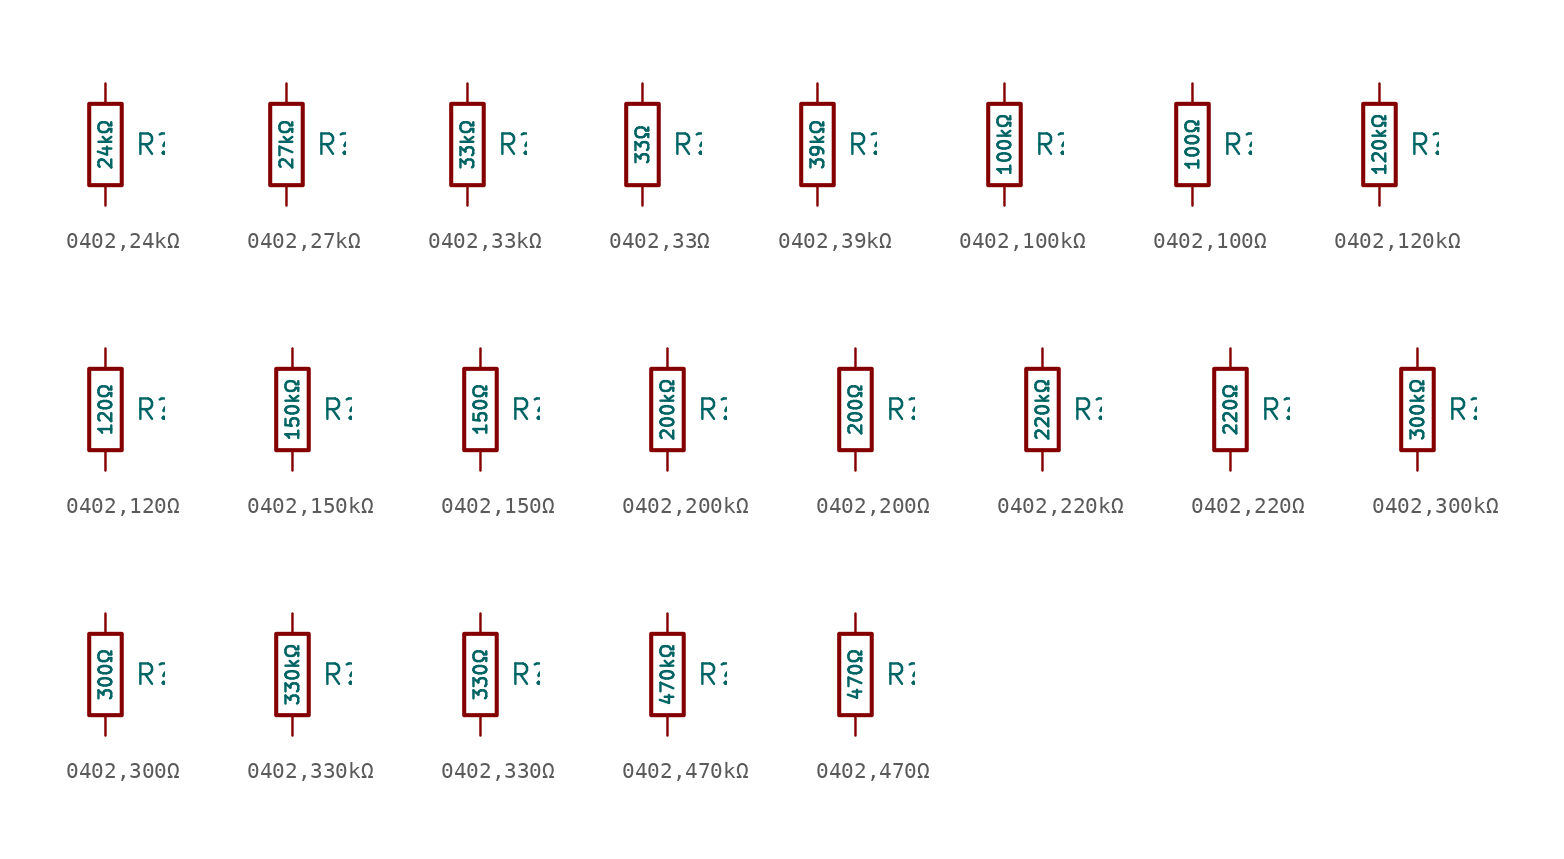
<source format=kicad_sym>
(kicad_symbol_lib
  (version 20231120)
  (generator "CDFER")
  (generator_version "8.0")
  (symbol "0402,24kΩ"
    (pin_numbers hide)
    (pin_names
      (offset 0))
    (property "Reference" "R"
      (at 1.778 0 0)
      (effects (font (size 1.27 1.27)) (justify left)))
    (property "Value" "24kΩ"
      (at 0 0 90)
      (do_not_autoplace)
      (effects (font (size 0.8 0.8))))
    (symbol "0402,24kΩ_0_1"
      (rectangle (start -1.016 2.54) (end 1.016 -2.54) (stroke (width 0.254) (type default)) (fill (type none))))
    (symbol "0402,24kΩ_1_1"
      (pin passive line (at 0 3.81 270) (length 1.27) (name "~" (effects (font (size 1.27 1.27)))) (number "1" (effects (font (size 1.27 1.27)))))
      (pin passive line (at 0 -3.81 90) (length 1.27) (name "~" (effects (font (size 1.27 1.27)))) (number "2" (effects (font (size 1.27 1.27)))))))
  (symbol "0402,27kΩ"
    (pin_numbers hide)
    (pin_names
      (offset 0))
    (property "Reference" "R"
      (at 1.778 0 0)
      (effects (font (size 1.27 1.27)) (justify left)))
    (property "Value" "27kΩ"
      (at 0 0 90)
      (do_not_autoplace)
      (effects (font (size 0.8 0.8))))
    (symbol "0402,27kΩ_0_1"
      (rectangle (start -1.016 2.54) (end 1.016 -2.54) (stroke (width 0.254) (type default)) (fill (type none))))
    (symbol "0402,27kΩ_1_1"
      (pin passive line (at 0 3.81 270) (length 1.27) (name "~" (effects (font (size 1.27 1.27)))) (number "1" (effects (font (size 1.27 1.27)))))
      (pin passive line (at 0 -3.81 90) (length 1.27) (name "~" (effects (font (size 1.27 1.27)))) (number "2" (effects (font (size 1.27 1.27)))))))
  (symbol "0402,33kΩ"
    (pin_numbers hide)
    (pin_names
      (offset 0))
    (property "Reference" "R"
      (at 1.778 0 0)
      (effects (font (size 1.27 1.27)) (justify left)))
    (property "Value" "33kΩ"
      (at 0 0 90)
      (do_not_autoplace)
      (effects (font (size 0.8 0.8))))
    (symbol "0402,33kΩ_0_1"
      (rectangle (start -1.016 2.54) (end 1.016 -2.54) (stroke (width 0.254) (type default)) (fill (type none))))
    (symbol "0402,33kΩ_1_1"
      (pin passive line (at 0 3.81 270) (length 1.27) (name "~" (effects (font (size 1.27 1.27)))) (number "1" (effects (font (size 1.27 1.27)))))
      (pin passive line (at 0 -3.81 90) (length 1.27) (name "~" (effects (font (size 1.27 1.27)))) (number "2" (effects (font (size 1.27 1.27)))))))
  (symbol "0402,33Ω"
    (pin_numbers hide)
    (pin_names
      (offset 0))
    (property "Reference" "R"
      (at 1.778 0 0)
      (effects (font (size 1.27 1.27)) (justify left)))
    (property "Value" "33Ω"
      (at 0 0 90)
      (do_not_autoplace)
      (effects (font (size 0.8 0.8))))
    (symbol "0402,33Ω_0_1"
      (rectangle (start -1.016 2.54) (end 1.016 -2.54) (stroke (width 0.254) (type default)) (fill (type none))))
    (symbol "0402,33Ω_1_1"
      (pin passive line (at 0 3.81 270) (length 1.27) (name "~" (effects (font (size 1.27 1.27)))) (number "1" (effects (font (size 1.27 1.27)))))
      (pin passive line (at 0 -3.81 90) (length 1.27) (name "~" (effects (font (size 1.27 1.27)))) (number "2" (effects (font (size 1.27 1.27)))))))
  (symbol "0402,39kΩ"
    (pin_numbers hide)
    (pin_names
      (offset 0))
    (property "Reference" "R"
      (at 1.778 0 0)
      (effects (font (size 1.27 1.27)) (justify left)))
    (property "Value" "39kΩ"
      (at 0 0 90)
      (do_not_autoplace)
      (effects (font (size 0.8 0.8))))
    (symbol "0402,39kΩ_0_1"
      (rectangle (start -1.016 2.54) (end 1.016 -2.54) (stroke (width 0.254) (type default)) (fill (type none))))
    (symbol "0402,39kΩ_1_1"
      (pin passive line (at 0 3.81 270) (length 1.27) (name "~" (effects (font (size 1.27 1.27)))) (number "1" (effects (font (size 1.27 1.27)))))
      (pin passive line (at 0 -3.81 90) (length 1.27) (name "~" (effects (font (size 1.27 1.27)))) (number "2" (effects (font (size 1.27 1.27)))))))
  (symbol "0402,100kΩ"
    (pin_numbers hide)
    (pin_names
      (offset 0))
    (property "Reference" "R"
      (at 1.778 0 0)
      (effects (font (size 1.27 1.27)) (justify left)))
    (property "Value" "100kΩ"
      (at 0 0 90)
      (do_not_autoplace)
      (effects (font (size 0.8 0.8))))
    (symbol "0402,100kΩ_0_1"
      (rectangle (start -1.016 2.54) (end 1.016 -2.54) (stroke (width 0.254) (type default)) (fill (type none))))
    (symbol "0402,100kΩ_1_1"
      (pin passive line (at 0 3.81 270) (length 1.27) (name "~" (effects (font (size 1.27 1.27)))) (number "1" (effects (font (size 1.27 1.27)))))
      (pin passive line (at 0 -3.81 90) (length 1.27) (name "~" (effects (font (size 1.27 1.27)))) (number "2" (effects (font (size 1.27 1.27)))))))
  (symbol "0402,100Ω"
    (pin_numbers hide)
    (pin_names
      (offset 0))
    (property "Reference" "R"
      (at 1.778 0 0)
      (effects (font (size 1.27 1.27)) (justify left)))
    (property "Value" "100Ω"
      (at 0 0 90)
      (do_not_autoplace)
      (effects (font (size 0.8 0.8))))
    (symbol "0402,100Ω_0_1"
      (rectangle (start -1.016 2.54) (end 1.016 -2.54) (stroke (width 0.254) (type default)) (fill (type none))))
    (symbol "0402,100Ω_1_1"
      (pin passive line (at 0 3.81 270) (length 1.27) (name "~" (effects (font (size 1.27 1.27)))) (number "1" (effects (font (size 1.27 1.27)))))
      (pin passive line (at 0 -3.81 90) (length 1.27) (name "~" (effects (font (size 1.27 1.27)))) (number "2" (effects (font (size 1.27 1.27)))))))
  (symbol "0402,120kΩ"
    (pin_numbers hide)
    (pin_names
      (offset 0))
    (property "Reference" "R"
      (at 1.778 0 0)
      (effects (font (size 1.27 1.27)) (justify left)))
    (property "Value" "120kΩ"
      (at 0 0 90)
      (do_not_autoplace)
      (effects (font (size 0.8 0.8))))
    (symbol "0402,120kΩ_0_1"
      (rectangle (start -1.016 2.54) (end 1.016 -2.54) (stroke (width 0.254) (type default)) (fill (type none))))
    (symbol "0402,120kΩ_1_1"
      (pin passive line (at 0 3.81 270) (length 1.27) (name "~" (effects (font (size 1.27 1.27)))) (number "1" (effects (font (size 1.27 1.27)))))
      (pin passive line (at 0 -3.81 90) (length 1.27) (name "~" (effects (font (size 1.27 1.27)))) (number "2" (effects (font (size 1.27 1.27)))))))
  (symbol "0402,120Ω"
    (pin_numbers hide)
    (pin_names
      (offset 0))
    (property "Reference" "R"
      (at 1.778 0 0)
      (effects (font (size 1.27 1.27)) (justify left)))
    (property "Value" "120Ω"
      (at 0 0 90)
      (do_not_autoplace)
      (effects (font (size 0.8 0.8))))
    (symbol "0402,120Ω_0_1"
      (rectangle (start -1.016 2.54) (end 1.016 -2.54) (stroke (width 0.254) (type default)) (fill (type none))))
    (symbol "0402,120Ω_1_1"
      (pin passive line (at 0 3.81 270) (length 1.27) (name "~" (effects (font (size 1.27 1.27)))) (number "1" (effects (font (size 1.27 1.27)))))
      (pin passive line (at 0 -3.81 90) (length 1.27) (name "~" (effects (font (size 1.27 1.27)))) (number "2" (effects (font (size 1.27 1.27)))))))
  (symbol "0402,150kΩ"
    (pin_numbers hide)
    (pin_names
      (offset 0))
    (property "Reference" "R"
      (at 1.778 0 0)
      (effects (font (size 1.27 1.27)) (justify left)))
    (property "Value" "150kΩ"
      (at 0 0 90)
      (do_not_autoplace)
      (effects (font (size 0.8 0.8))))
    (symbol "0402,150kΩ_0_1"
      (rectangle (start -1.016 2.54) (end 1.016 -2.54) (stroke (width 0.254) (type default)) (fill (type none))))
    (symbol "0402,150kΩ_1_1"
      (pin passive line (at 0 3.81 270) (length 1.27) (name "~" (effects (font (size 1.27 1.27)))) (number "1" (effects (font (size 1.27 1.27)))))
      (pin passive line (at 0 -3.81 90) (length 1.27) (name "~" (effects (font (size 1.27 1.27)))) (number "2" (effects (font (size 1.27 1.27)))))))
  (symbol "0402,150Ω"
    (pin_numbers hide)
    (pin_names
      (offset 0))
    (property "Reference" "R"
      (at 1.778 0 0)
      (effects (font (size 1.27 1.27)) (justify left)))
    (property "Value" "150Ω"
      (at 0 0 90)
      (do_not_autoplace)
      (effects (font (size 0.8 0.8))))
    (symbol "0402,150Ω_0_1"
      (rectangle (start -1.016 2.54) (end 1.016 -2.54) (stroke (width 0.254) (type default)) (fill (type none))))
    (symbol "0402,150Ω_1_1"
      (pin passive line (at 0 3.81 270) (length 1.27) (name "~" (effects (font (size 1.27 1.27)))) (number "1" (effects (font (size 1.27 1.27)))))
      (pin passive line (at 0 -3.81 90) (length 1.27) (name "~" (effects (font (size 1.27 1.27)))) (number "2" (effects (font (size 1.27 1.27)))))))
  (symbol "0402,200kΩ"
    (pin_numbers hide)
    (pin_names
      (offset 0))
    (property "Reference" "R"
      (at 1.778 0 0)
      (effects (font (size 1.27 1.27)) (justify left)))
    (property "Value" "200kΩ"
      (at 0 0 90)
      (do_not_autoplace)
      (effects (font (size 0.8 0.8))))
    (symbol "0402,200kΩ_0_1"
      (rectangle (start -1.016 2.54) (end 1.016 -2.54) (stroke (width 0.254) (type default)) (fill (type none))))
    (symbol "0402,200kΩ_1_1"
      (pin passive line (at 0 3.81 270) (length 1.27) (name "~" (effects (font (size 1.27 1.27)))) (number "1" (effects (font (size 1.27 1.27)))))
      (pin passive line (at 0 -3.81 90) (length 1.27) (name "~" (effects (font (size 1.27 1.27)))) (number "2" (effects (font (size 1.27 1.27)))))))
  (symbol "0402,200Ω"
    (pin_numbers hide)
    (pin_names
      (offset 0))
    (property "Reference" "R"
      (at 1.778 0 0)
      (effects (font (size 1.27 1.27)) (justify left)))
    (property "Value" "200Ω"
      (at 0 0 90)
      (do_not_autoplace)
      (effects (font (size 0.8 0.8))))
    (symbol "0402,200Ω_0_1"
      (rectangle (start -1.016 2.54) (end 1.016 -2.54) (stroke (width 0.254) (type default)) (fill (type none))))
    (symbol "0402,200Ω_1_1"
      (pin passive line (at 0 3.81 270) (length 1.27) (name "~" (effects (font (size 1.27 1.27)))) (number "1" (effects (font (size 1.27 1.27)))))
      (pin passive line (at 0 -3.81 90) (length 1.27) (name "~" (effects (font (size 1.27 1.27)))) (number "2" (effects (font (size 1.27 1.27)))))))
  (symbol "0402,220kΩ"
    (pin_numbers hide)
    (pin_names
      (offset 0))
    (property "Reference" "R"
      (at 1.778 0 0)
      (effects (font (size 1.27 1.27)) (justify left)))
    (property "Value" "220kΩ"
      (at 0 0 90)
      (do_not_autoplace)
      (effects (font (size 0.8 0.8))))
    (symbol "0402,220kΩ_0_1"
      (rectangle (start -1.016 2.54) (end 1.016 -2.54) (stroke (width 0.254) (type default)) (fill (type none))))
    (symbol "0402,220kΩ_1_1"
      (pin passive line (at 0 3.81 270) (length 1.27) (name "~" (effects (font (size 1.27 1.27)))) (number "1" (effects (font (size 1.27 1.27)))))
      (pin passive line (at 0 -3.81 90) (length 1.27) (name "~" (effects (font (size 1.27 1.27)))) (number "2" (effects (font (size 1.27 1.27)))))))
  (symbol "0402,220Ω"
    (pin_numbers hide)
    (pin_names
      (offset 0))
    (property "Reference" "R"
      (at 1.778 0 0)
      (effects (font (size 1.27 1.27)) (justify left)))
    (property "Value" "220Ω"
      (at 0 0 90)
      (do_not_autoplace)
      (effects (font (size 0.8 0.8))))
    (symbol "0402,220Ω_0_1"
      (rectangle (start -1.016 2.54) (end 1.016 -2.54) (stroke (width 0.254) (type default)) (fill (type none))))
    (symbol "0402,220Ω_1_1"
      (pin passive line (at 0 3.81 270) (length 1.27) (name "~" (effects (font (size 1.27 1.27)))) (number "1" (effects (font (size 1.27 1.27)))))
      (pin passive line (at 0 -3.81 90) (length 1.27) (name "~" (effects (font (size 1.27 1.27)))) (number "2" (effects (font (size 1.27 1.27)))))))
  (symbol "0402,300kΩ"
    (pin_numbers hide)
    (pin_names
      (offset 0))
    (property "Reference" "R"
      (at 1.778 0 0)
      (effects (font (size 1.27 1.27)) (justify left)))
    (property "Value" "300kΩ"
      (at 0 0 90)
      (do_not_autoplace)
      (effects (font (size 0.8 0.8))))
    (symbol "0402,300kΩ_0_1"
      (rectangle (start -1.016 2.54) (end 1.016 -2.54) (stroke (width 0.254) (type default)) (fill (type none))))
    (symbol "0402,300kΩ_1_1"
      (pin passive line (at 0 3.81 270) (length 1.27) (name "~" (effects (font (size 1.27 1.27)))) (number "1" (effects (font (size 1.27 1.27)))))
      (pin passive line (at 0 -3.81 90) (length 1.27) (name "~" (effects (font (size 1.27 1.27)))) (number "2" (effects (font (size 1.27 1.27)))))))
  (symbol "0402,300Ω"
    (pin_numbers hide)
    (pin_names
      (offset 0))
    (property "Reference" "R"
      (at 1.778 0 0)
      (effects (font (size 1.27 1.27)) (justify left)))
    (property "Value" "300Ω"
      (at 0 0 90)
      (do_not_autoplace)
      (effects (font (size 0.8 0.8))))
    (symbol "0402,300Ω_0_1"
      (rectangle (start -1.016 2.54) (end 1.016 -2.54) (stroke (width 0.254) (type default)) (fill (type none))))
    (symbol "0402,300Ω_1_1"
      (pin passive line (at 0 3.81 270) (length 1.27) (name "~" (effects (font (size 1.27 1.27)))) (number "1" (effects (font (size 1.27 1.27)))))
      (pin passive line (at 0 -3.81 90) (length 1.27) (name "~" (effects (font (size 1.27 1.27)))) (number "2" (effects (font (size 1.27 1.27)))))))
  (symbol "0402,330kΩ"
    (pin_numbers hide)
    (pin_names
      (offset 0))
    (property "Reference" "R"
      (at 1.778 0 0)
      (effects (font (size 1.27 1.27)) (justify left)))
    (property "Value" "330kΩ"
      (at 0 0 90)
      (do_not_autoplace)
      (effects (font (size 0.8 0.8))))
    (symbol "0402,330kΩ_0_1"
      (rectangle (start -1.016 2.54) (end 1.016 -2.54) (stroke (width 0.254) (type default)) (fill (type none))))
    (symbol "0402,330kΩ_1_1"
      (pin passive line (at 0 3.81 270) (length 1.27) (name "~" (effects (font (size 1.27 1.27)))) (number "1" (effects (font (size 1.27 1.27)))))
      (pin passive line (at 0 -3.81 90) (length 1.27) (name "~" (effects (font (size 1.27 1.27)))) (number "2" (effects (font (size 1.27 1.27)))))))
  (symbol "0402,330Ω"
    (pin_numbers hide)
    (pin_names
      (offset 0))
    (property "Reference" "R"
      (at 1.778 0 0)
      (effects (font (size 1.27 1.27)) (justify left)))
    (property "Value" "330Ω"
      (at 0 0 90)
      (do_not_autoplace)
      (effects (font (size 0.8 0.8))))
    (symbol "0402,330Ω_0_1"
      (rectangle (start -1.016 2.54) (end 1.016 -2.54) (stroke (width 0.254) (type default)) (fill (type none))))
    (symbol "0402,330Ω_1_1"
      (pin passive line (at 0 3.81 270) (length 1.27) (name "~" (effects (font (size 1.27 1.27)))) (number "1" (effects (font (size 1.27 1.27)))))
      (pin passive line (at 0 -3.81 90) (length 1.27) (name "~" (effects (font (size 1.27 1.27)))) (number "2" (effects (font (size 1.27 1.27)))))))
  (symbol "0402,470kΩ"
    (pin_numbers hide)
    (pin_names
      (offset 0))
    (property "Reference" "R"
      (at 1.778 0 0)
      (effects (font (size 1.27 1.27)) (justify left)))
    (property "Value" "470kΩ"
      (at 0 0 90)
      (do_not_autoplace)
      (effects (font (size 0.8 0.8))))
    (symbol "0402,470kΩ_0_1"
      (rectangle (start -1.016 2.54) (end 1.016 -2.54) (stroke (width 0.254) (type default)) (fill (type none))))
    (symbol "0402,470kΩ_1_1"
      (pin passive line (at 0 3.81 270) (length 1.27) (name "~" (effects (font (size 1.27 1.27)))) (number "1" (effects (font (size 1.27 1.27)))))
      (pin passive line (at 0 -3.81 90) (length 1.27) (name "~" (effects (font (size 1.27 1.27)))) (number "2" (effects (font (size 1.27 1.27)))))))
  (symbol "0402,470Ω"
    (pin_numbers hide)
    (pin_names
      (offset 0))
    (property "Reference" "R"
      (at 1.778 0 0)
      (effects (font (size 1.27 1.27)) (justify left)))
    (property "Value" "470Ω"
      (at 0 0 90)
      (do_not_autoplace)
      (effects (font (size 0.8 0.8))))
    (symbol "0402,470Ω_0_1"
      (rectangle (start -1.016 2.54) (end 1.016 -2.54) (stroke (width 0.254) (type default)) (fill (type none))))
    (symbol "0402,470Ω_1_1"
      (pin passive line (at 0 3.81 270) (length 1.27) (name "~" (effects (font (size 1.27 1.27)))) (number "1" (effects (font (size 1.27 1.27)))))
      (pin passive line (at 0 -3.81 90) (length 1.27) (name "~" (effects (font (size 1.27 1.27)))) (number "2" (effects (font (size 1.27 1.27))))))))
</source>
